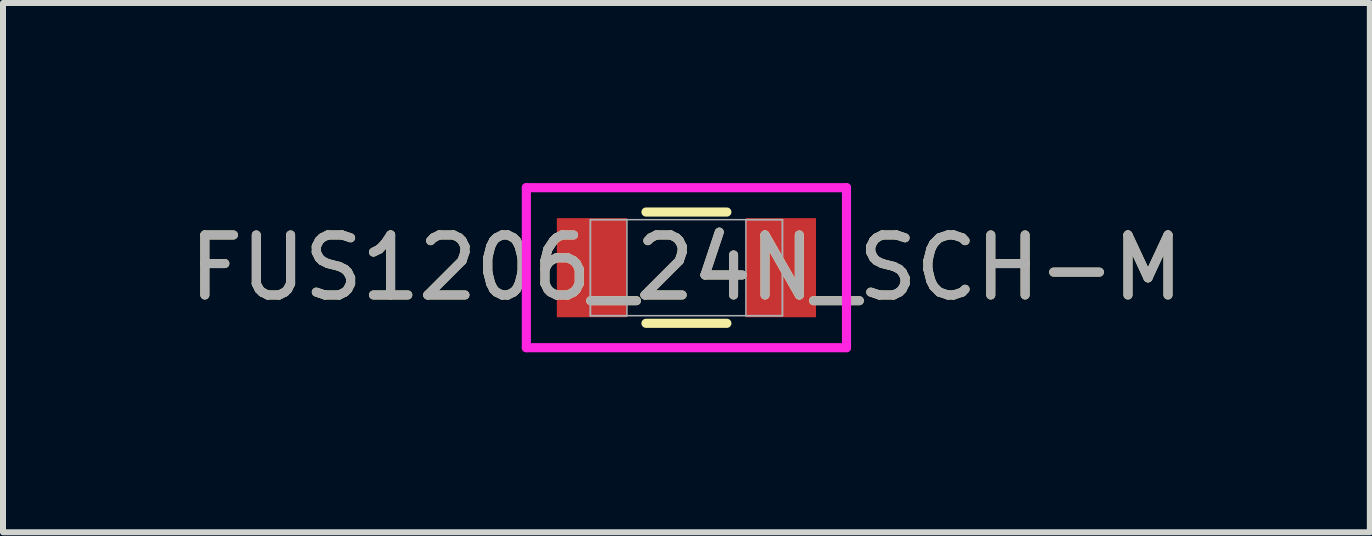
<source format=kicad_pcb>
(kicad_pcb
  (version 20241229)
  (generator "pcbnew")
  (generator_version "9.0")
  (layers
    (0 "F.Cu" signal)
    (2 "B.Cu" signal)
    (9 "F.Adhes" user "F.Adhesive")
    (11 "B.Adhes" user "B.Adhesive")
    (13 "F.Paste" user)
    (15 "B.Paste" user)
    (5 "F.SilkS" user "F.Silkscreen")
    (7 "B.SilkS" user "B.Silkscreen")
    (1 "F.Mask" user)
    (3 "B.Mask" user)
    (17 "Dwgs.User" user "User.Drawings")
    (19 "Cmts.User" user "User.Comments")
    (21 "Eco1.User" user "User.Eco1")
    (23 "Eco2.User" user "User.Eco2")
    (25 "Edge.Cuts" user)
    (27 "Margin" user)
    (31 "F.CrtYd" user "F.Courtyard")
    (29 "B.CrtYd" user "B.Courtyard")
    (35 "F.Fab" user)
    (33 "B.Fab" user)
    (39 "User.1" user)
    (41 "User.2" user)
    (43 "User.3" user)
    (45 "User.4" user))
  (footprint "FUS1206_24N_SCH-M"
    (layer "F.Cu")
    (at 8.387 1.41)
    (property "Reference" "FUS1206_24N_SCH-M" (at 0 0 0) (unlocked yes) (layer "F.SilkS") (effects (font (size 1 1) (thickness 0.15))))
    (attr smd)
    (fp_line (start -0.674 0.927) (end 0.674 0.927) (stroke (width 0.152) (type solid)) (layer "F.SilkS"))
    (fp_line (start 0.674 -0.927) (end -0.674 -0.927) (stroke (width 0.152) (type solid)) (layer "F.SilkS"))
    (fp_line (start -2.667 -1.333) (end 2.667 -1.333) (stroke (width 0.152) (type solid)) (layer "F.CrtYd"))
    (fp_line (start -2.667 1.333) (end -2.667 -1.333) (stroke (width 0.152) (type solid)) (layer "F.CrtYd"))
    (fp_line (start 2.667 -1.333) (end 2.667 1.333) (stroke (width 0.152) (type solid)) (layer "F.CrtYd"))
    (fp_line (start 2.667 1.333) (end -2.667 1.333) (stroke (width 0.152) (type solid)) (layer "F.CrtYd"))
    (fp_line (start -1.6 -0.8) (end -1.6 0.8) (stroke (width 0.025) (type solid)) (layer "F.Fab"))
    (fp_line (start -1.6 -0.8) (end -1.6 0.8) (stroke (width 0.025) (type solid)) (layer "F.Fab"))
    (fp_line (start -1.6 0.8) (end -0.991 0.8) (stroke (width 0.025) (type solid)) (layer "F.Fab"))
    (fp_line (start -1.6 0.8) (end 1.6 0.8) (stroke (width 0.025) (type solid)) (layer "F.Fab"))
    (fp_line (start -0.991 -0.8) (end -1.6 -0.8) (stroke (width 0.025) (type solid)) (layer "F.Fab"))
    (fp_line (start -0.991 0.8) (end -0.991 -0.8) (stroke (width 0.025) (type solid)) (layer "F.Fab"))
    (fp_line (start 0.991 -0.8) (end 0.991 0.8) (stroke (width 0.025) (type solid)) (layer "F.Fab"))
    (fp_line (start 0.991 0.8) (end 1.6 0.8) (stroke (width 0.025) (type solid)) (layer "F.Fab"))
    (fp_line (start 1.6 -0.8) (end -1.6 -0.8) (stroke (width 0.025) (type solid)) (layer "F.Fab"))
    (fp_line (start 1.6 -0.8) (end 0.991 -0.8) (stroke (width 0.025) (type solid)) (layer "F.Fab"))
    (fp_line (start 1.6 0.8) (end 1.6 -0.8) (stroke (width 0.025) (type solid)) (layer "F.Fab"))
    (fp_line (start 1.6 0.8) (end 1.6 -0.8) (stroke (width 0.025) (type solid)) (layer "F.Fab"))
    (fp_text user "${REFERENCE}" (at 0 0 0) (unlocked yes) (layer "F.Fab") (effects (font (size 1 1) (thickness 0.15))))
    (pad "1" smd rect (at -1.575 0) (size 1.168 1.651) (layers "F.Cu" "F.Mask" "F.Paste"))
    (pad "2" smd rect (at 1.575 0) (size 1.168 1.651) (layers "F.Cu" "F.Mask" "F.Paste"))
    (zone (net_name "") (layer "F.Cu") (hatch full 0.508) (connect_pads) (min_thickness 0.254) (filled_areas_thickness no) (keepout (tracks not_allowed) (vias not_allowed) (pads allowed) (copperpour not_allowed) (footprints allowed)) (placement (enabled no)) (fill) (polygon (pts (xy 7.447 0.66) (xy 9.327 0.66) (xy 9.327 2.159) (xy 7.447 2.159)))))
  (gr_rect
    (start -3 -3)
    (end 19.774 5.819)
    (stroke (width 0.1) (type default))
    (fill no)
    (layer "Edge.Cuts")))
</source>
